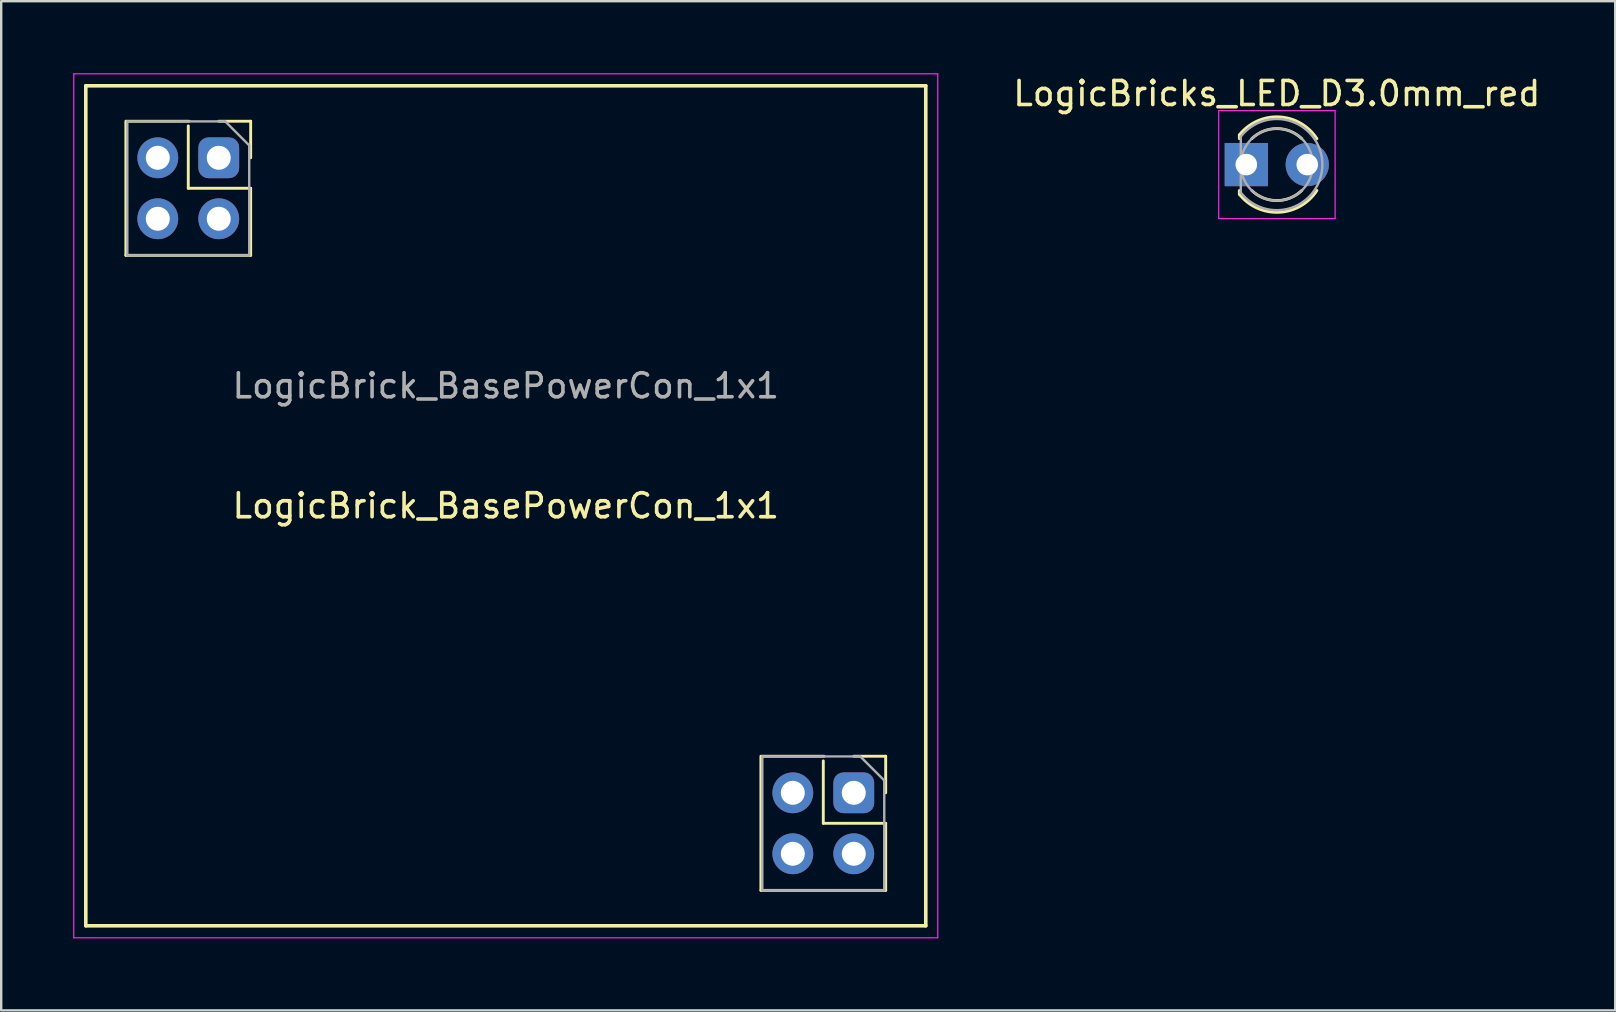
<source format=kicad_pcb>
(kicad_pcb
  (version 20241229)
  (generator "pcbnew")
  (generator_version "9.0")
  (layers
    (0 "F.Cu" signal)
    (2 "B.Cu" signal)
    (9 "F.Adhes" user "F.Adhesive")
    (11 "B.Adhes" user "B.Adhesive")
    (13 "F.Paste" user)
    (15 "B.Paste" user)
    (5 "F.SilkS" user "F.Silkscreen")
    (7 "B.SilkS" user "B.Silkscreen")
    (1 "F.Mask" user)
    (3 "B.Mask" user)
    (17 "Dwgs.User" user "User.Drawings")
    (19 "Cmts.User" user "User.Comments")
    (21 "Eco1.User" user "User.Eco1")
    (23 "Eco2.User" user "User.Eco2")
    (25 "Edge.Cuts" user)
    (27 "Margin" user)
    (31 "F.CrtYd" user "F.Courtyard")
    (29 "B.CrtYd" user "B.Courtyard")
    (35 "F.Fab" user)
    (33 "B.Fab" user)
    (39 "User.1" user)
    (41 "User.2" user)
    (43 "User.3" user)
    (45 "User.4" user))
  (footprint "LogicBrick_BasePowerCon_1x1"
    (layer "F.Cu")
    (at 18.025 18.025)
    (property "Reference" "LogicBrick_BasePowerCon_1x1" (at 0 0 0) (layer "F.SilkS") (effects (font (size 1 1) (thickness 0.15))))
    (attr through_hole)
    (fp_line (start -17.5 -17.5) (end 17.5 -17.5) (stroke (width 0.15) (type default)) (layer "F.SilkS"))
    (fp_line (start -17.5 17.5) (end -17.5 -17.5) (stroke (width 0.15) (type default)) (layer "F.SilkS"))
    (fp_line (start -15.83 -16.024) (end -15.83 -10.436) (stroke (width 0.12) (type solid)) (layer "F.SilkS"))
    (fp_line (start -15.83 -10.436) (end -10.63 -10.436) (stroke (width 0.12) (type solid)) (layer "F.SilkS"))
    (fp_line (start -15.8 -16.024) (end -13.2 -16.024) (stroke (width 0.12) (type solid)) (layer "F.SilkS"))
    (fp_line (start -13.23 -15.83) (end -13.23 -13.23) (stroke (width 0.12) (type solid)) (layer "F.SilkS"))
    (fp_line (start -13.23 -13.23) (end -10.63 -13.23) (stroke (width 0.12) (type solid)) (layer "F.SilkS"))
    (fp_line (start -11.96 -16.024) (end -10.63 -16.024) (stroke (width 0.12) (type solid)) (layer "F.SilkS"))
    (fp_line (start -10.63 -16.024) (end -10.63 -14.5) (stroke (width 0.12) (type solid)) (layer "F.SilkS"))
    (fp_line (start -10.63 -13.23) (end -10.63 -10.436) (stroke (width 0.12) (type solid)) (layer "F.SilkS"))
    (fp_line (start 10.63 10.436) (end 10.63 16.024) (stroke (width 0.12) (type solid)) (layer "F.SilkS"))
    (fp_line (start 10.63 16.024) (end 15.83 16.024) (stroke (width 0.12) (type solid)) (layer "F.SilkS"))
    (fp_line (start 10.66 10.436) (end 13.26 10.436) (stroke (width 0.12) (type solid)) (layer "F.SilkS"))
    (fp_line (start 13.23 10.63) (end 13.23 13.23) (stroke (width 0.12) (type solid)) (layer "F.SilkS"))
    (fp_line (start 13.23 13.23) (end 15.83 13.23) (stroke (width 0.12) (type solid)) (layer "F.SilkS"))
    (fp_line (start 14.5 10.436) (end 15.83 10.436) (stroke (width 0.12) (type solid)) (layer "F.SilkS"))
    (fp_line (start 15.83 10.436) (end 15.83 11.96) (stroke (width 0.12) (type solid)) (layer "F.SilkS"))
    (fp_line (start 15.83 13.23) (end 15.83 16.024) (stroke (width 0.12) (type solid)) (layer "F.SilkS"))
    (fp_line (start 17.5 -17.5) (end 17.5 17.5) (stroke (width 0.15) (type default)) (layer "F.SilkS"))
    (fp_line (start 17.5 17.5) (end -17.5 17.5) (stroke (width 0.15) (type default)) (layer "F.SilkS"))
    (fp_line (start -18 -18) (end 18 -18) (stroke (width 0.05) (type default)) (layer "F.CrtYd"))
    (fp_line (start -18 18) (end -18 -18) (stroke (width 0.05) (type default)) (layer "F.CrtYd"))
    (fp_line (start 18 -18) (end 18 18) (stroke (width 0.05) (type default)) (layer "F.CrtYd"))
    (fp_line (start 18 18) (end -18 18) (stroke (width 0.05) (type default)) (layer "F.CrtYd"))
    (fp_line (start -15.77 -16.016) (end -11.69 -16.016) (stroke (width 0.1) (type solid)) (layer "F.Fab"))
    (fp_line (start -15.77 -10.436) (end -15.77 -16.016) (stroke (width 0.1) (type solid)) (layer "F.Fab"))
    (fp_line (start -11.69 -16.016) (end -10.69 -15.016) (stroke (width 0.1) (type solid)) (layer "F.Fab"))
    (fp_line (start -10.69 -15.016) (end -10.69 -10.436) (stroke (width 0.1) (type solid)) (layer "F.Fab"))
    (fp_line (start -10.69 -10.436) (end -15.77 -10.436) (stroke (width 0.1) (type solid)) (layer "F.Fab"))
    (fp_line (start 10.69 10.444) (end 14.77 10.444) (stroke (width 0.1) (type solid)) (layer "F.Fab"))
    (fp_line (start 10.69 16.024) (end 10.69 10.444) (stroke (width 0.1) (type solid)) (layer "F.Fab"))
    (fp_line (start 14.77 10.444) (end 15.77 11.444) (stroke (width 0.1) (type solid)) (layer "F.Fab"))
    (fp_line (start 15.77 11.444) (end 15.77 16.024) (stroke (width 0.1) (type solid)) (layer "F.Fab"))
    (fp_line (start 15.77 16.024) (end 10.69 16.024) (stroke (width 0.1) (type solid)) (layer "F.Fab"))
    (fp_line (start -16.3 -16.532) (end -10.2 -16.532) (stroke (width 0.05) (type solid)) (layer "User.1"))
    (fp_line (start -16.3 -9.928) (end -16.3 -16.532) (stroke (width 0.05) (type solid)) (layer "User.1"))
    (fp_line (start -10.2 -16.532) (end -10.2 -9.928) (stroke (width 0.05) (type solid)) (layer "User.1"))
    (fp_line (start -10.2 -9.928) (end -16.3 -9.928) (stroke (width 0.05) (type solid)) (layer "User.1"))
    (fp_line (start 10.16 9.928) (end 16.26 9.928) (stroke (width 0.05) (type solid)) (layer "User.1"))
    (fp_line (start 10.16 16.532) (end 10.16 9.928) (stroke (width 0.05) (type solid)) (layer "User.1"))
    (fp_line (start 16.26 9.928) (end 16.26 16.532) (stroke (width 0.05) (type solid)) (layer "User.1"))
    (fp_line (start 16.26 16.532) (end 10.16 16.532) (stroke (width 0.05) (type solid)) (layer "User.1"))
    (fp_line (start -16 -16) (end 16 -16) (stroke (width 0.05) (type default)) (layer "User.2"))
    (fp_line (start -16 16) (end -16 -16) (stroke (width 0.05) (type default)) (layer "User.2"))
    (fp_line (start 16 -16) (end 16 16) (stroke (width 0.05) (type default)) (layer "User.2"))
    (fp_line (start 16 16) (end -16 16) (stroke (width 0.05) (type default)) (layer "User.2"))
    (fp_line (start -17.5 -17.5) (end 17.5 -17.5) (stroke (width 0.12) (type default)) (layer "User.3"))
    (fp_line (start -17.5 17.5) (end -17.5 -17.5) (stroke (width 0.12) (type default)) (layer "User.3"))
    (fp_line (start 17.5 -17.5) (end 17.5 17.5) (stroke (width 0.12) (type default)) (layer "User.3"))
    (fp_line (start 17.5 17.5) (end -17.5 17.5) (stroke (width 0.12) (type default)) (layer "User.3"))
    (fp_text user "${REFERENCE}" (at 0 -5 0) (layer "F.Fab") (effects (font (size 1 1) (thickness 0.15))))
    (pad "1a" thru_hole roundrect (at -11.96 -14.5) (size 1.7 1.7) (drill 1) (layers "*.Cu" "*.Mask") (roundrect_rratio 0.25))
    (pad "1b" thru_hole roundrect (at 14.5 11.96) (size 1.7 1.7) (drill 1) (layers "*.Cu" "*.Mask") (roundrect_rratio 0.25))
    (pad "2a" thru_hole oval (at -14.5 -14.5) (size 1.7 1.7) (drill 1) (layers "*.Cu" "*.Mask"))
    (pad "2b" thru_hole oval (at 11.96 11.96) (size 1.7 1.7) (drill 1) (layers "*.Cu" "*.Mask"))
    (pad "3a" thru_hole oval (at -11.96 -11.96) (size 1.7 1.7) (drill 1) (layers "*.Cu" "*.Mask"))
    (pad "3b" thru_hole oval (at 14.5 14.5) (size 1.7 1.7) (drill 1) (layers "*.Cu" "*.Mask"))
    (pad "4a" thru_hole oval (at -14.5 -11.96) (size 1.7 1.7) (drill 1) (layers "*.Cu" "*.Mask"))
    (pad "4b" thru_hole oval (at 11.96 14.5) (size 1.7 1.7) (drill 1) (layers "*.Cu" "*.Mask")))
  (footprint "LogicBricks_LED_D3.0mm_red"
    (layer "F.Cu")
    (at 48.881 3.808)
    (property "Reference" "LogicBricks_LED_D3.0mm_red" (at 1.27 -2.96 0) (layer "F.SilkS") (effects (font (size 1 1) (thickness 0.15))))
    (attr through_hole)
    (fp_line (start -0.29 -1.236) (end -0.29 -1.08) (stroke (width 0.12) (type solid)) (layer "F.SilkS"))
    (fp_line (start -0.29 1.08) (end -0.29 1.236) (stroke (width 0.12) (type solid)) (layer "F.SilkS"))
    (fp_arc (start -0.29 -1.235516) (mid 1.366487 -1.987659) (end 2.942335 -1.078608) (stroke (width 0.12) (type solid)) (layer "F.SilkS"))
    (fp_arc (start 0.229039 -1.08) (mid 1.270117 -1.5) (end 2.31113 -1.079837) (stroke (width 0.12) (type solid)) (layer "F.SilkS"))
    (fp_arc (start 2.31113 1.079837) (mid 1.270117 1.5) (end 0.229039 1.08) (stroke (width 0.12) (type solid)) (layer "F.SilkS"))
    (fp_arc (start 2.942335 1.078608) (mid 1.366487 1.987659) (end -0.29 1.235516) (stroke (width 0.12) (type solid)) (layer "F.SilkS"))
    (fp_line (start -1.15 -2.25) (end -1.15 2.25) (stroke (width 0.05) (type solid)) (layer "F.CrtYd"))
    (fp_line (start -1.15 2.25) (end 3.7 2.25) (stroke (width 0.05) (type solid)) (layer "F.CrtYd"))
    (fp_line (start 3.7 -2.25) (end -1.15 -2.25) (stroke (width 0.05) (type solid)) (layer "F.CrtYd"))
    (fp_line (start 3.7 2.25) (end 3.7 -2.25) (stroke (width 0.05) (type solid)) (layer "F.CrtYd"))
    (fp_line (start -0.23 -1.166) (end -0.23 1.166) (stroke (width 0.1) (type solid)) (layer "F.Fab"))
    (fp_arc (start -0.23 -1.16619) (mid 3.17 0.000452) (end -0.230555 1.165476) (stroke (width 0.1) (type solid)) (layer "F.Fab"))
    (fp_circle (center 1.27 0) (end 2.77 0) (stroke (width 0.1) (type solid)) (fill no) (layer "F.Fab"))
    (pad "1" thru_hole rect (at 0 0) (size 1.8 1.8) (drill 0.9) (layers "*.Cu" "*.Mask"))
    (pad "2" thru_hole circle (at 2.54 0) (size 1.8 1.8) (drill 0.9) (layers "*.Cu" "*.Mask")))
  (gr_rect
    (start -3 -3)
    (end 64.252 39.05)
    (stroke (width 0.1) (type default))
    (fill no)
    (layer "Edge.Cuts")))
</source>
